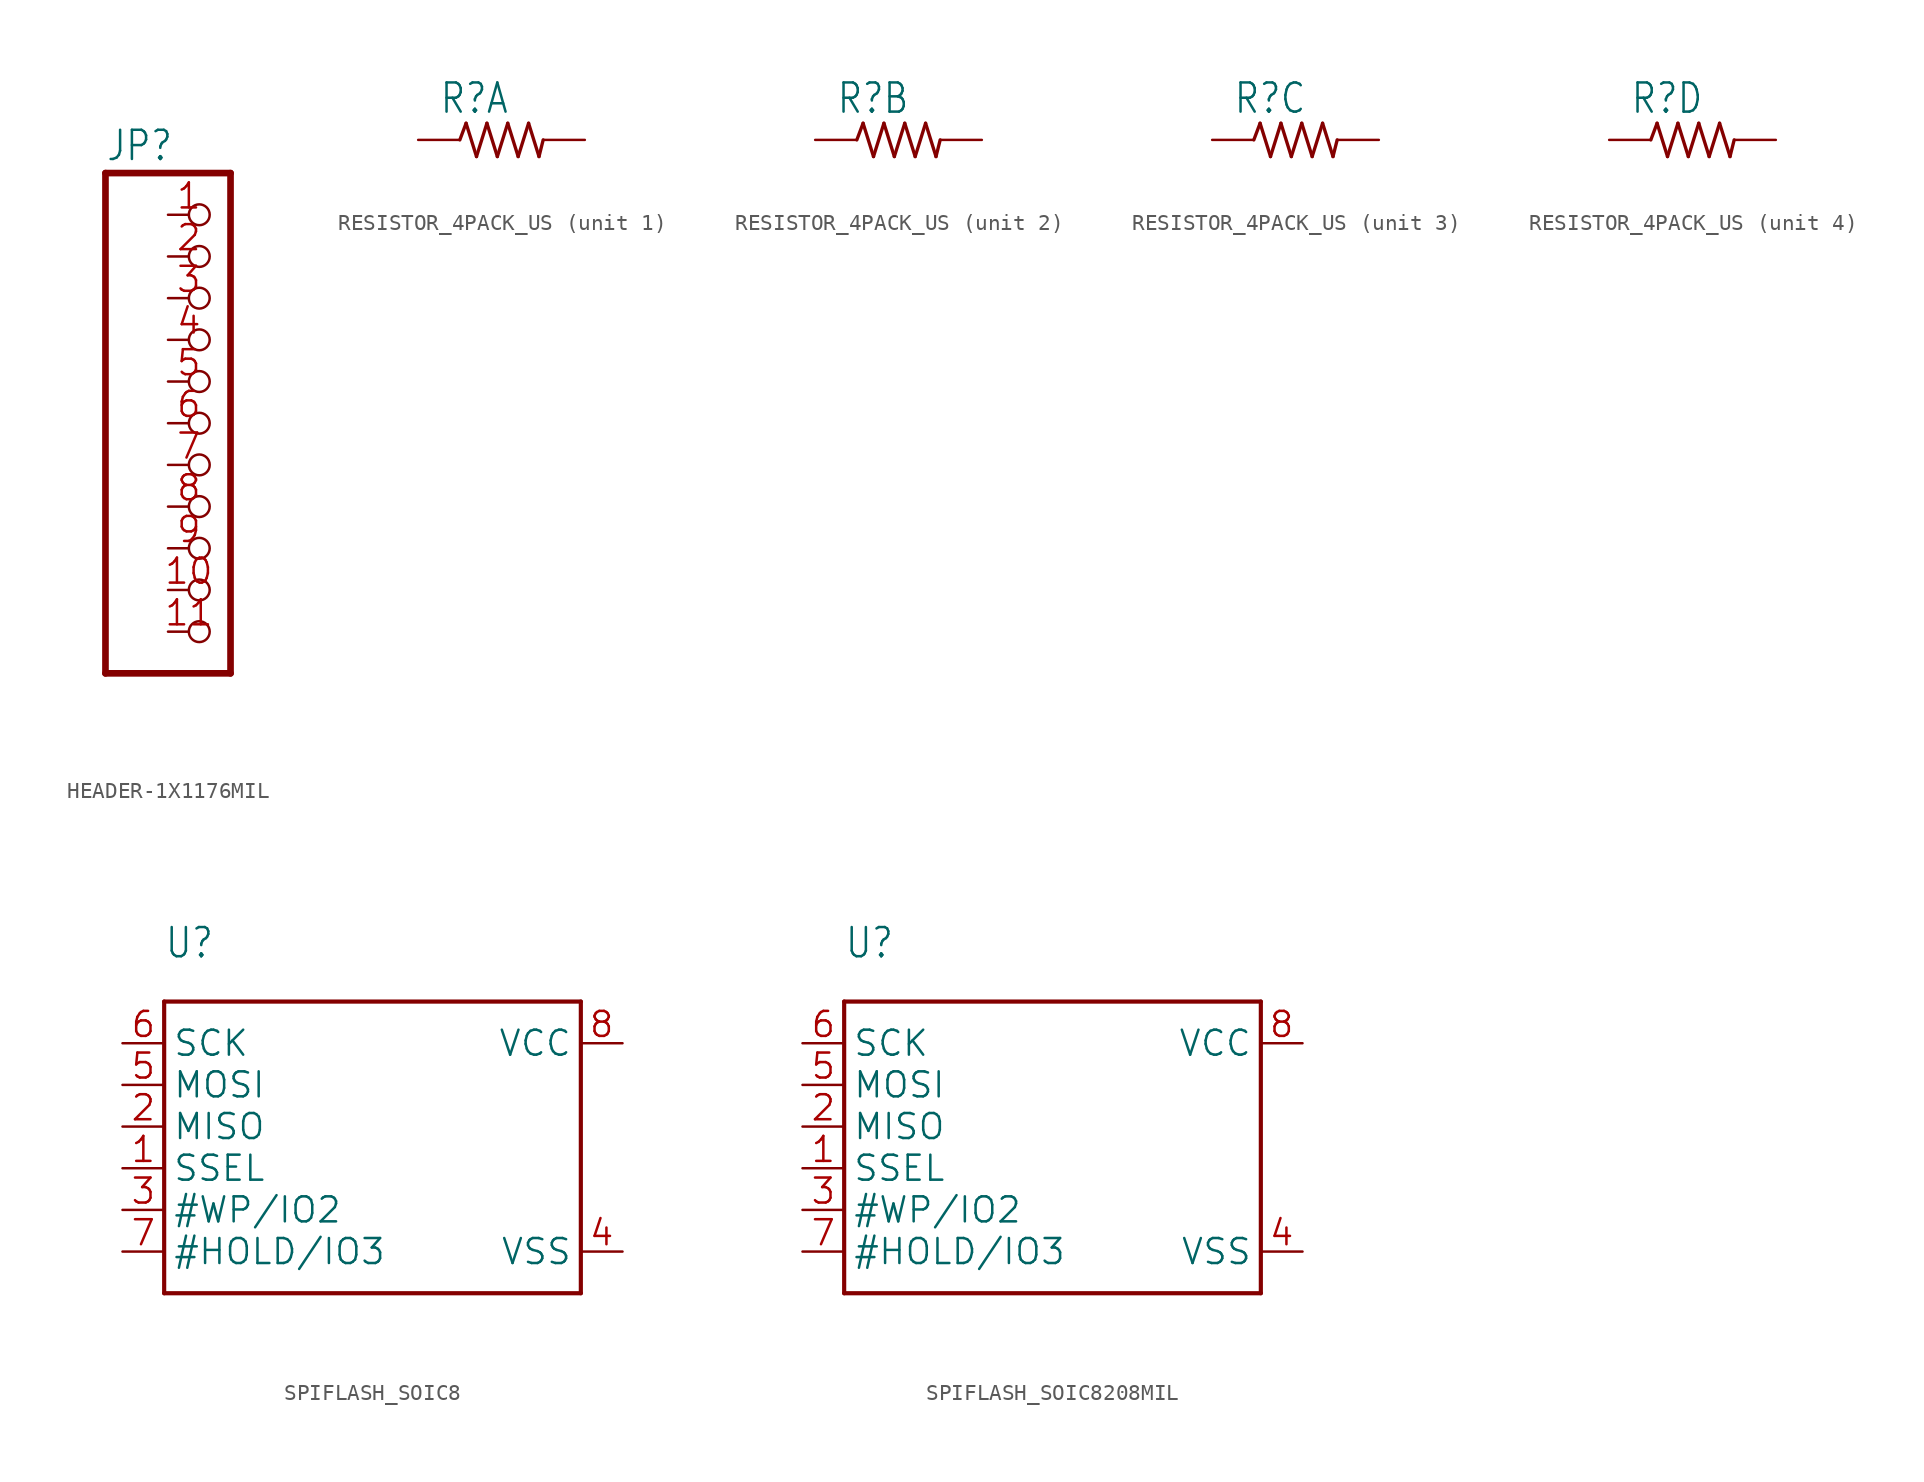
<source format=kicad_sym>
(kicad_symbol_lib
  (version 20241209)
  (generator "kicad_symbol_editor")
  (generator_version "9.0")
  (symbol "HEADER-1X1176MIL"
    (property "Reference" "JP"
      (at -6.35 15.875 0)
      (effects (font (size 1.778 1.511)) (justify left bottom)))
    (property "Value" ""
      (at -6.35 -17.78 0)
      (effects (font (size 1.778 1.511)) (justify left bottom)))
    (property "ki_locked" ""
      (at 0 0 0)
      (effects (font (size 1.27 1.27))))
    (symbol "HEADER-1X1176MIL_1_0"
      (polyline (pts (xy -6.35 15.24) (xy -6.35 -15.24)) (stroke (width 0.406) (type solid)) (fill (type none)))
      (polyline (pts (xy -6.35 -15.24) (xy 1.27 -15.24)) (stroke (width 0.406) (type solid)) (fill (type none)))
      (polyline (pts (xy 1.27 15.24) (xy -6.35 15.24)) (stroke (width 0.406) (type solid)) (fill (type none)))
      (polyline (pts (xy 1.27 -15.24) (xy 1.27 15.24)) (stroke (width 0.406) (type solid)) (fill (type none)))
      (pin passive inverted (at -2.54 12.7 0) (length 2.54) (name "1" (effects (font (size 0 0)))) (number "1" (effects (font (size 1.524 1.524)))))
      (pin passive inverted (at -2.54 10.16 0) (length 2.54) (name "2" (effects (font (size 0 0)))) (number "2" (effects (font (size 1.524 1.524)))))
      (pin passive inverted (at -2.54 7.62 0) (length 2.54) (name "3" (effects (font (size 0 0)))) (number "3" (effects (font (size 1.524 1.524)))))
      (pin passive inverted (at -2.54 5.08 0) (length 2.54) (name "4" (effects (font (size 0 0)))) (number "4" (effects (font (size 1.524 1.524)))))
      (pin passive inverted (at -2.54 2.54 0) (length 2.54) (name "5" (effects (font (size 0 0)))) (number "5" (effects (font (size 1.524 1.524)))))
      (pin passive inverted (at -2.54 0 0) (length 2.54) (name "6" (effects (font (size 0 0)))) (number "6" (effects (font (size 1.524 1.524)))))
      (pin passive inverted (at -2.54 -2.54 0) (length 2.54) (name "7" (effects (font (size 0 0)))) (number "7" (effects (font (size 1.524 1.524)))))
      (pin passive inverted (at -2.54 -5.08 0) (length 2.54) (name "8" (effects (font (size 0 0)))) (number "8" (effects (font (size 1.524 1.524)))))
      (pin passive inverted (at -2.54 -7.62 0) (length 2.54) (name "9" (effects (font (size 0 0)))) (number "9" (effects (font (size 1.524 1.524)))))
      (pin passive inverted (at -2.54 -10.16 0) (length 2.54) (name "10" (effects (font (size 0 0)))) (number "10" (effects (font (size 1.524 1.524)))))
      (pin passive inverted (at -2.54 -12.7 0) (length 2.54) (name "11" (effects (font (size 0 0)))) (number "11" (effects (font (size 1.524 1.524)))))))
  (symbol "RESISTOR_4PACK_US"
    (property "Reference" "R"
      (at -3.81 1.499 0)
      (effects (font (size 1.778 1.511)) (justify left bottom)))
    (property "Value" ""
      (at -3.81 -3.302 0)
      (effects (font (size 1.778 1.511)) (justify left bottom)))
    (property "ki_locked" ""
      (at 0 0 0)
      (effects (font (size 1.27 1.27))))
    (symbol "RESISTOR_4PACK_US_1_0"
      (polyline (pts (xy -2.54 0) (xy -2.159 1.016)) (stroke (width 0.203) (type solid)) (fill (type none)))
      (polyline (pts (xy -2.159 1.016) (xy -1.524 -1.016)) (stroke (width 0.203) (type solid)) (fill (type none)))
      (polyline (pts (xy -1.524 -1.016) (xy -0.889 1.016)) (stroke (width 0.203) (type solid)) (fill (type none)))
      (polyline (pts (xy -0.889 1.016) (xy -0.254 -1.016)) (stroke (width 0.203) (type solid)) (fill (type none)))
      (polyline (pts (xy -0.254 -1.016) (xy 0.381 1.016)) (stroke (width 0.203) (type solid)) (fill (type none)))
      (polyline (pts (xy 0.381 1.016) (xy 1.016 -1.016)) (stroke (width 0.203) (type solid)) (fill (type none)))
      (polyline (pts (xy 1.016 -1.016) (xy 1.651 1.016)) (stroke (width 0.203) (type solid)) (fill (type none)))
      (polyline (pts (xy 1.651 1.016) (xy 2.286 -1.016)) (stroke (width 0.203) (type solid)) (fill (type none)))
      (polyline (pts (xy 2.286 -1.016) (xy 2.54 0)) (stroke (width 0.203) (type solid)) (fill (type none)))
      (pin passive line (at -5.08 0 0) (length 2.54) (name "1" (effects (font (size 0 0)))) (number "1" (effects (font (size 0 0)))))
      (pin passive line (at 5.08 0 180) (length 2.54) (name "2" (effects (font (size 0 0)))) (number "8" (effects (font (size 0 0))))))
    (symbol "RESISTOR_4PACK_US_2_0"
      (polyline (pts (xy -2.54 0) (xy -2.159 1.016)) (stroke (width 0.203) (type solid)) (fill (type none)))
      (polyline (pts (xy -2.159 1.016) (xy -1.524 -1.016)) (stroke (width 0.203) (type solid)) (fill (type none)))
      (polyline (pts (xy -1.524 -1.016) (xy -0.889 1.016)) (stroke (width 0.203) (type solid)) (fill (type none)))
      (polyline (pts (xy -0.889 1.016) (xy -0.254 -1.016)) (stroke (width 0.203) (type solid)) (fill (type none)))
      (polyline (pts (xy -0.254 -1.016) (xy 0.381 1.016)) (stroke (width 0.203) (type solid)) (fill (type none)))
      (polyline (pts (xy 0.381 1.016) (xy 1.016 -1.016)) (stroke (width 0.203) (type solid)) (fill (type none)))
      (polyline (pts (xy 1.016 -1.016) (xy 1.651 1.016)) (stroke (width 0.203) (type solid)) (fill (type none)))
      (polyline (pts (xy 1.651 1.016) (xy 2.286 -1.016)) (stroke (width 0.203) (type solid)) (fill (type none)))
      (polyline (pts (xy 2.286 -1.016) (xy 2.54 0)) (stroke (width 0.203) (type solid)) (fill (type none)))
      (pin passive line (at -5.08 0 0) (length 2.54) (name "1" (effects (font (size 0 0)))) (number "2" (effects (font (size 0 0)))))
      (pin passive line (at 5.08 0 180) (length 2.54) (name "2" (effects (font (size 0 0)))) (number "7" (effects (font (size 0 0))))))
    (symbol "RESISTOR_4PACK_US_3_0"
      (polyline (pts (xy -2.54 0) (xy -2.159 1.016)) (stroke (width 0.203) (type solid)) (fill (type none)))
      (polyline (pts (xy -2.159 1.016) (xy -1.524 -1.016)) (stroke (width 0.203) (type solid)) (fill (type none)))
      (polyline (pts (xy -1.524 -1.016) (xy -0.889 1.016)) (stroke (width 0.203) (type solid)) (fill (type none)))
      (polyline (pts (xy -0.889 1.016) (xy -0.254 -1.016)) (stroke (width 0.203) (type solid)) (fill (type none)))
      (polyline (pts (xy -0.254 -1.016) (xy 0.381 1.016)) (stroke (width 0.203) (type solid)) (fill (type none)))
      (polyline (pts (xy 0.381 1.016) (xy 1.016 -1.016)) (stroke (width 0.203) (type solid)) (fill (type none)))
      (polyline (pts (xy 1.016 -1.016) (xy 1.651 1.016)) (stroke (width 0.203) (type solid)) (fill (type none)))
      (polyline (pts (xy 1.651 1.016) (xy 2.286 -1.016)) (stroke (width 0.203) (type solid)) (fill (type none)))
      (polyline (pts (xy 2.286 -1.016) (xy 2.54 0)) (stroke (width 0.203) (type solid)) (fill (type none)))
      (pin passive line (at -5.08 0 0) (length 2.54) (name "1" (effects (font (size 0 0)))) (number "3" (effects (font (size 0 0)))))
      (pin passive line (at 5.08 0 180) (length 2.54) (name "2" (effects (font (size 0 0)))) (number "6" (effects (font (size 0 0))))))
    (symbol "RESISTOR_4PACK_US_4_0"
      (polyline (pts (xy -2.54 0) (xy -2.159 1.016)) (stroke (width 0.203) (type solid)) (fill (type none)))
      (polyline (pts (xy -2.159 1.016) (xy -1.524 -1.016)) (stroke (width 0.203) (type solid)) (fill (type none)))
      (polyline (pts (xy -1.524 -1.016) (xy -0.889 1.016)) (stroke (width 0.203) (type solid)) (fill (type none)))
      (polyline (pts (xy -0.889 1.016) (xy -0.254 -1.016)) (stroke (width 0.203) (type solid)) (fill (type none)))
      (polyline (pts (xy -0.254 -1.016) (xy 0.381 1.016)) (stroke (width 0.203) (type solid)) (fill (type none)))
      (polyline (pts (xy 0.381 1.016) (xy 1.016 -1.016)) (stroke (width 0.203) (type solid)) (fill (type none)))
      (polyline (pts (xy 1.016 -1.016) (xy 1.651 1.016)) (stroke (width 0.203) (type solid)) (fill (type none)))
      (polyline (pts (xy 1.651 1.016) (xy 2.286 -1.016)) (stroke (width 0.203) (type solid)) (fill (type none)))
      (polyline (pts (xy 2.286 -1.016) (xy 2.54 0)) (stroke (width 0.203) (type solid)) (fill (type none)))
      (pin passive line (at -5.08 0 0) (length 2.54) (name "1" (effects (font (size 0 0)))) (number "4" (effects (font (size 0 0)))))
      (pin passive line (at 5.08 0 180) (length 2.54) (name "2" (effects (font (size 0 0)))) (number "5" (effects (font (size 0 0)))))))
  (symbol "SPIFLASH_SOIC8"
    (property "Reference" "U"
      (at -12.7 12.7 0)
      (effects (font (size 1.778 1.511)) (justify left bottom)))
    (property "Value" ""
      (at -12.7 -10.16 0)
      (effects (font (size 1.778 1.511)) (justify left bottom)))
    (property "ki_locked" ""
      (at 0 0 0)
      (effects (font (size 1.27 1.27))))
    (symbol "SPIFLASH_SOIC8_1_0"
      (polyline (pts (xy -12.7 10.16) (xy 12.7 10.16)) (stroke (width 0.254) (type solid)) (fill (type none)))
      (polyline (pts (xy -12.7 -7.62) (xy -12.7 10.16)) (stroke (width 0.254) (type solid)) (fill (type none)))
      (polyline (pts (xy 12.7 10.16) (xy 12.7 -7.62)) (stroke (width 0.254) (type solid)) (fill (type none)))
      (polyline (pts (xy 12.7 -7.62) (xy -12.7 -7.62)) (stroke (width 0.254) (type solid)) (fill (type none)))
      (pin bidirectional line (at -15.24 7.62 0) (length 2.54) (name "SCK" (effects (font (size 1.524 1.524)))) (number "6" (effects (font (size 1.524 1.524)))))
      (pin bidirectional line (at -15.24 5.08 0) (length 2.54) (name "MOSI" (effects (font (size 1.524 1.524)))) (number "5" (effects (font (size 1.524 1.524)))))
      (pin bidirectional line (at -15.24 2.54 0) (length 2.54) (name "MISO" (effects (font (size 1.524 1.524)))) (number "2" (effects (font (size 1.524 1.524)))))
      (pin bidirectional line (at -15.24 0 0) (length 2.54) (name "SSEL" (effects (font (size 1.524 1.524)))) (number "1" (effects (font (size 1.524 1.524)))))
      (pin bidirectional line (at -15.24 -2.54 0) (length 2.54) (name "#WP/IO2" (effects (font (size 1.524 1.524)))) (number "3" (effects (font (size 1.524 1.524)))))
      (pin bidirectional line (at -15.24 -5.08 0) (length 2.54) (name "#HOLD/IO3" (effects (font (size 1.524 1.524)))) (number "7" (effects (font (size 1.524 1.524)))))
      (pin bidirectional line (at 15.24 7.62 180) (length 2.54) (name "VCC" (effects (font (size 1.524 1.524)))) (number "8" (effects (font (size 1.524 1.524)))))
      (pin bidirectional line (at 15.24 -5.08 180) (length 2.54) (name "VSS" (effects (font (size 1.524 1.524)))) (number "4" (effects (font (size 1.524 1.524)))))))
  (symbol "SPIFLASH_SOIC8208MIL"
    (property "Reference" "U"
      (at -12.7 12.7 0)
      (effects (font (size 1.778 1.511)) (justify left bottom)))
    (property "Value" ""
      (at -12.7 -10.16 0)
      (effects (font (size 1.778 1.511)) (justify left bottom)))
    (property "ki_locked" ""
      (at 0 0 0)
      (effects (font (size 1.27 1.27))))
    (symbol "SPIFLASH_SOIC8208MIL_1_0"
      (polyline (pts (xy -12.7 10.16) (xy 12.7 10.16)) (stroke (width 0.254) (type solid)) (fill (type none)))
      (polyline (pts (xy -12.7 -7.62) (xy -12.7 10.16)) (stroke (width 0.254) (type solid)) (fill (type none)))
      (polyline (pts (xy 12.7 10.16) (xy 12.7 -7.62)) (stroke (width 0.254) (type solid)) (fill (type none)))
      (polyline (pts (xy 12.7 -7.62) (xy -12.7 -7.62)) (stroke (width 0.254) (type solid)) (fill (type none)))
      (pin bidirectional line (at -15.24 7.62 0) (length 2.54) (name "SCK" (effects (font (size 1.524 1.524)))) (number "6" (effects (font (size 1.524 1.524)))))
      (pin bidirectional line (at -15.24 5.08 0) (length 2.54) (name "MOSI" (effects (font (size 1.524 1.524)))) (number "5" (effects (font (size 1.524 1.524)))))
      (pin bidirectional line (at -15.24 2.54 0) (length 2.54) (name "MISO" (effects (font (size 1.524 1.524)))) (number "2" (effects (font (size 1.524 1.524)))))
      (pin bidirectional line (at -15.24 0 0) (length 2.54) (name "SSEL" (effects (font (size 1.524 1.524)))) (number "1" (effects (font (size 1.524 1.524)))))
      (pin bidirectional line (at -15.24 -2.54 0) (length 2.54) (name "#WP/IO2" (effects (font (size 1.524 1.524)))) (number "3" (effects (font (size 1.524 1.524)))))
      (pin bidirectional line (at -15.24 -5.08 0) (length 2.54) (name "#HOLD/IO3" (effects (font (size 1.524 1.524)))) (number "7" (effects (font (size 1.524 1.524)))))
      (pin bidirectional line (at 15.24 7.62 180) (length 2.54) (name "VCC" (effects (font (size 1.524 1.524)))) (number "8" (effects (font (size 1.524 1.524)))))
      (pin bidirectional line (at 15.24 -5.08 180) (length 2.54) (name "VSS" (effects (font (size 1.524 1.524)))) (number "4" (effects (font (size 1.524 1.524))))))))
</source>
